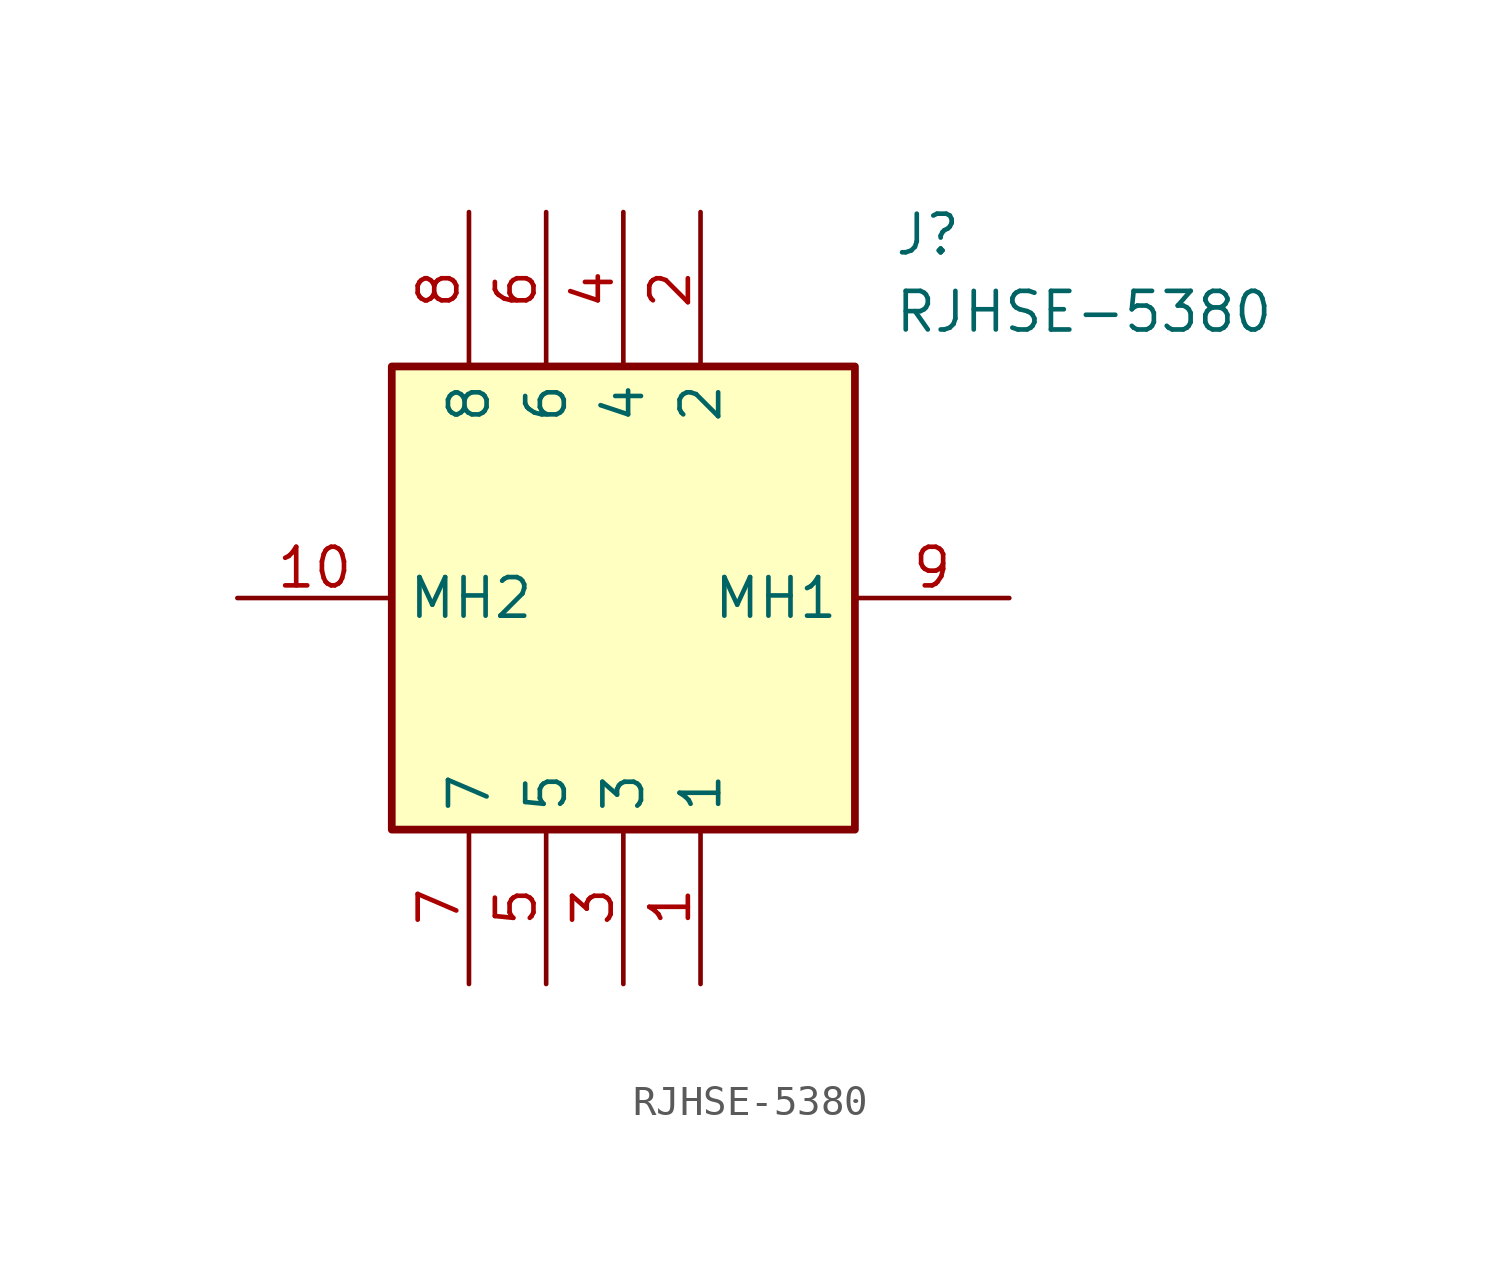
<source format=kicad_sym>
(kicad_symbol_lib
  (version 20211014)
  (generator SamacSys_ECAD_Model)
  (symbol "RJHSE-5380"
    (property "Reference" "J"
      (at 21.59 12.7 0)
      (effects (font (size 1.27 1.27)) (justify left top)))
    (property "Value" "RJHSE-5380"
      (at 21.59 10.16 0)
      (effects (font (size 1.27 1.27)) (justify left top)))
    (rectangle
      (start 5.08 7.62)
      (end 20.32 -7.62)
      (stroke (width 0.254) (type default))
      (fill (type background)))
    (pin passive line
      (at 15.24 -12.7 90)
      (length 5.08)
      (name "1" (effects (font (size 1.27 1.27))))
      (number "1" (effects (font (size 1.27 1.27)))))
    (pin passive line
      (at 15.24 12.7 270)
      (length 5.08)
      (name "2" (effects (font (size 1.27 1.27))))
      (number "2" (effects (font (size 1.27 1.27)))))
    (pin passive line
      (at 12.7 -12.7 90)
      (length 5.08)
      (name "3" (effects (font (size 1.27 1.27))))
      (number "3" (effects (font (size 1.27 1.27)))))
    (pin passive line
      (at 12.7 12.7 270)
      (length 5.08)
      (name "4" (effects (font (size 1.27 1.27))))
      (number "4" (effects (font (size 1.27 1.27)))))
    (pin passive line
      (at 10.16 -12.7 90)
      (length 5.08)
      (name "5" (effects (font (size 1.27 1.27))))
      (number "5" (effects (font (size 1.27 1.27)))))
    (pin passive line
      (at 10.16 12.7 270)
      (length 5.08)
      (name "6" (effects (font (size 1.27 1.27))))
      (number "6" (effects (font (size 1.27 1.27)))))
    (pin passive line
      (at 7.62 -12.7 90)
      (length 5.08)
      (name "7" (effects (font (size 1.27 1.27))))
      (number "7" (effects (font (size 1.27 1.27)))))
    (pin passive line
      (at 7.62 12.7 270)
      (length 5.08)
      (name "8" (effects (font (size 1.27 1.27))))
      (number "8" (effects (font (size 1.27 1.27)))))
    (pin passive line
      (at 25.4 0 180)
      (length 5.08)
      (name "MH1" (effects (font (size 1.27 1.27))))
      (number "9" (effects (font (size 1.27 1.27)))))
    (pin passive line
      (at 0 0 0)
      (length 5.08)
      (name "MH2" (effects (font (size 1.27 1.27))))
      (number "10" (effects (font (size 1.27 1.27)))))))
</source>
